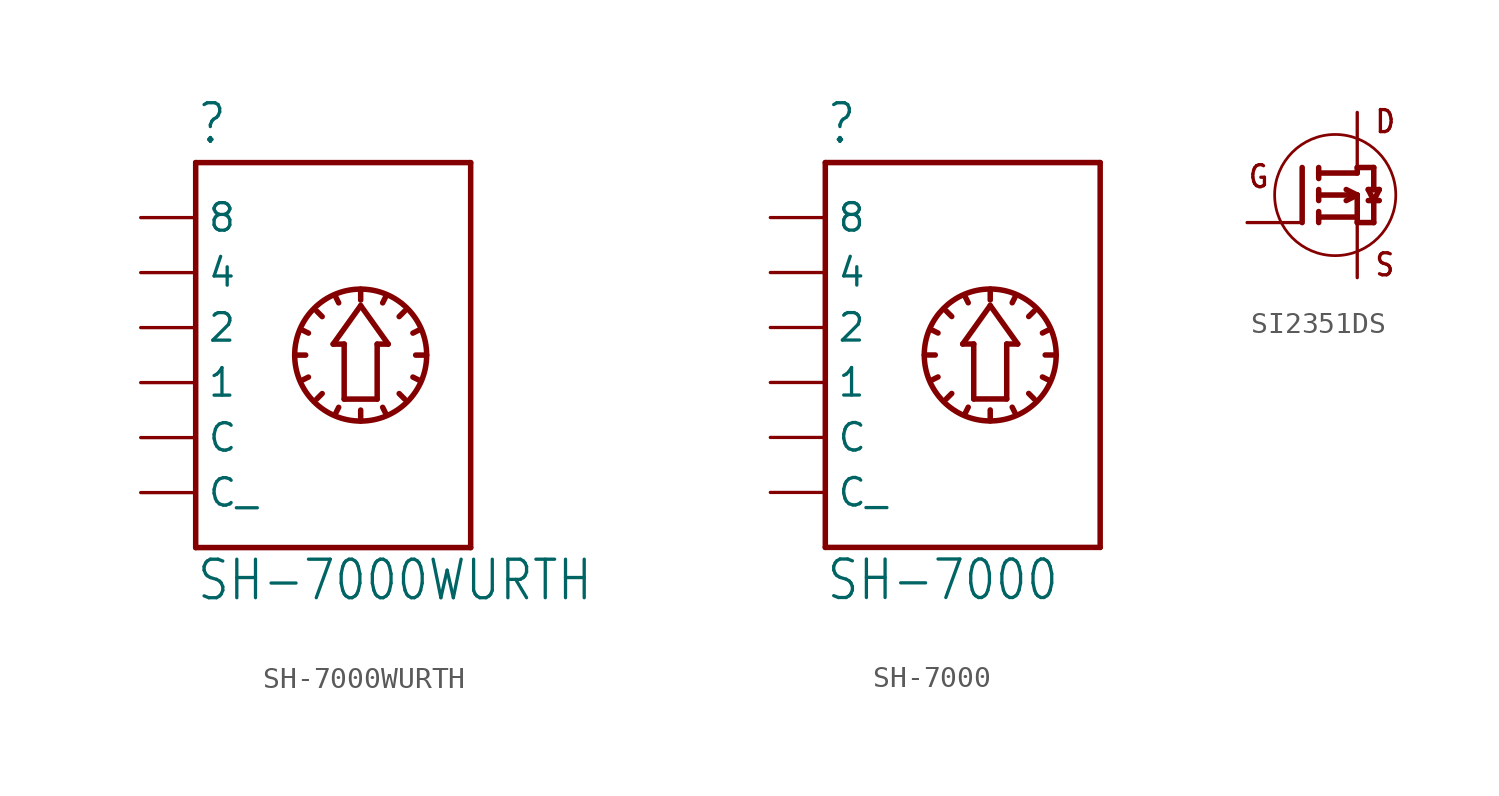
<source format=kicad_sym>
(kicad_symbol_lib
  (version 20211014)
  (generator kicad_symbol_editor)
  (symbol "SH-7000WURTH"
    (property "Reference" ""
      (at -2.54 10.922 0)
      (effects (font (size 1.778 1.511)) (justify left bottom)))
    (property "Value" "SH-7000WURTH"
      (at -2.54 -10.16 0)
      (effects (font (size 1.778 1.511)) (justify left bottom)))
    (property "ki_locked" ""
      (at 0 0 0)
      (effects (font (size 1.27 1.27))))
    (symbol "SH-7000WURTH_1_0"
      (polyline (pts (xy -2.54 -7.62) (xy -2.54 10.16)) (stroke (width 0.254) (type default) (color 0 0 0 0)) (fill (type none)))
      (polyline (pts (xy -2.54 10.16) (xy 10.16 10.16)) (stroke (width 0.254) (type default) (color 0 0 0 0)) (fill (type none)))
      (polyline (pts (xy 2.032 1.27) (xy 2.54 1.27)) (stroke (width 0.254) (type default) (color 0 0 0 0)) (fill (type none)))
      (polyline (pts (xy 2.413 0.127) (xy 2.667 0.254)) (stroke (width 0.254) (type default) (color 0 0 0 0)) (fill (type none)))
      (polyline (pts (xy 2.413 2.413) (xy 2.667 2.286)) (stroke (width 0.254) (type default) (color 0 0 0 0)) (fill (type none)))
      (polyline (pts (xy 3.048 -0.762) (xy 3.302 -0.508)) (stroke (width 0.254) (type default) (color 0 0 0 0)) (fill (type none)))
      (polyline (pts (xy 3.048 3.302) (xy 3.302 3.048)) (stroke (width 0.254) (type default) (color 0 0 0 0)) (fill (type none)))
      (polyline (pts (xy 3.81 1.778) (xy 5.08 3.556)) (stroke (width 0.254) (type default) (color 0 0 0 0)) (fill (type none)))
      (polyline (pts (xy 3.937 -1.397) (xy 4.064 -1.143)) (stroke (width 0.254) (type default) (color 0 0 0 0)) (fill (type none)))
      (polyline (pts (xy 3.937 3.937) (xy 4.064 3.683)) (stroke (width 0.254) (type default) (color 0 0 0 0)) (fill (type none)))
      (polyline (pts (xy 4.318 -0.762) (xy 4.318 1.778)) (stroke (width 0.254) (type default) (color 0 0 0 0)) (fill (type none)))
      (polyline (pts (xy 4.318 1.778) (xy 3.81 1.778)) (stroke (width 0.254) (type default) (color 0 0 0 0)) (fill (type none)))
      (polyline (pts (xy 5.08 -1.778) (xy 5.08 -1.27)) (stroke (width 0.254) (type default) (color 0 0 0 0)) (fill (type none)))
      (polyline (pts (xy 5.08 3.556) (xy 6.35 1.778)) (stroke (width 0.254) (type default) (color 0 0 0 0)) (fill (type none)))
      (polyline (pts (xy 5.08 4.318) (xy 5.08 3.81)) (stroke (width 0.254) (type default) (color 0 0 0 0)) (fill (type none)))
      (polyline (pts (xy 5.842 -0.762) (xy 4.318 -0.762)) (stroke (width 0.254) (type default) (color 0 0 0 0)) (fill (type none)))
      (polyline (pts (xy 5.842 1.778) (xy 5.842 -0.762)) (stroke (width 0.254) (type default) (color 0 0 0 0)) (fill (type none)))
      (polyline (pts (xy 6.223 -1.397) (xy 6.096 -1.143)) (stroke (width 0.254) (type default) (color 0 0 0 0)) (fill (type none)))
      (polyline (pts (xy 6.223 3.937) (xy 6.096 3.683)) (stroke (width 0.254) (type default) (color 0 0 0 0)) (fill (type none)))
      (polyline (pts (xy 6.35 1.778) (xy 5.842 1.778)) (stroke (width 0.254) (type default) (color 0 0 0 0)) (fill (type none)))
      (polyline (pts (xy 7.112 -0.762) (xy 6.858 -0.508)) (stroke (width 0.254) (type default) (color 0 0 0 0)) (fill (type none)))
      (polyline (pts (xy 7.112 3.302) (xy 6.858 3.048)) (stroke (width 0.254) (type default) (color 0 0 0 0)) (fill (type none)))
      (polyline (pts (xy 7.747 0.127) (xy 7.493 0.254)) (stroke (width 0.254) (type default) (color 0 0 0 0)) (fill (type none)))
      (polyline (pts (xy 7.747 2.413) (xy 7.493 2.286)) (stroke (width 0.254) (type default) (color 0 0 0 0)) (fill (type none)))
      (polyline (pts (xy 8.128 1.27) (xy 7.62 1.27)) (stroke (width 0.254) (type default) (color 0 0 0 0)) (fill (type none)))
      (polyline (pts (xy 10.16 -7.62) (xy -2.54 -7.62)) (stroke (width 0.254) (type default) (color 0 0 0 0)) (fill (type none)))
      (polyline (pts (xy 10.16 10.16) (xy 10.16 -7.62)) (stroke (width 0.254) (type default) (color 0 0 0 0)) (fill (type none)))
      (circle (center 5.08 1.27) (radius 3.048) (stroke (width 0.254) (type default) (color 0 0 0 0)) (fill (type none)))
      (pin bidirectional line (at -5.08 0 0) (length 2.54) (name "1" (effects (font (size 1.27 1.27)))) (number "1" (effects (font (size 0 0)))))
      (pin bidirectional line (at -5.08 2.54 0) (length 2.54) (name "2" (effects (font (size 1.27 1.27)))) (number "2" (effects (font (size 0 0)))))
      (pin bidirectional line (at -5.08 5.08 0) (length 2.54) (name "4" (effects (font (size 1.27 1.27)))) (number "4" (effects (font (size 0 0)))))
      (pin bidirectional line (at -5.08 7.62 0) (length 2.54) (name "8" (effects (font (size 1.27 1.27)))) (number "8" (effects (font (size 0 0)))))
      (pin bidirectional line (at -5.08 -2.54 0) (length 2.54) (name "C" (effects (font (size 1.27 1.27)))) (number "C" (effects (font (size 0 0)))))
      (pin bidirectional line (at -5.08 -5.08 0) (length 2.54) (name "C_" (effects (font (size 1.27 1.27)))) (number "C2" (effects (font (size 0 0)))))))
  (symbol "SH-7000"
    (property "Reference" ""
      (at -2.54 10.922 0)
      (effects (font (size 1.778 1.511)) (justify left bottom)))
    (property "Value" "SH-7000"
      (at -2.54 -10.16 0)
      (effects (font (size 1.778 1.511)) (justify left bottom)))
    (property "ki_locked" ""
      (at 0 0 0)
      (effects (font (size 1.27 1.27))))
    (symbol "SH-7000_1_0"
      (polyline (pts (xy -2.54 -7.62) (xy -2.54 10.16)) (stroke (width 0.254) (type default) (color 0 0 0 0)) (fill (type none)))
      (polyline (pts (xy -2.54 10.16) (xy 10.16 10.16)) (stroke (width 0.254) (type default) (color 0 0 0 0)) (fill (type none)))
      (polyline (pts (xy 2.032 1.27) (xy 2.54 1.27)) (stroke (width 0.254) (type default) (color 0 0 0 0)) (fill (type none)))
      (polyline (pts (xy 2.413 0.127) (xy 2.667 0.254)) (stroke (width 0.254) (type default) (color 0 0 0 0)) (fill (type none)))
      (polyline (pts (xy 2.413 2.413) (xy 2.667 2.286)) (stroke (width 0.254) (type default) (color 0 0 0 0)) (fill (type none)))
      (polyline (pts (xy 3.048 -0.762) (xy 3.302 -0.508)) (stroke (width 0.254) (type default) (color 0 0 0 0)) (fill (type none)))
      (polyline (pts (xy 3.048 3.302) (xy 3.302 3.048)) (stroke (width 0.254) (type default) (color 0 0 0 0)) (fill (type none)))
      (polyline (pts (xy 3.81 1.778) (xy 5.08 3.556)) (stroke (width 0.254) (type default) (color 0 0 0 0)) (fill (type none)))
      (polyline (pts (xy 3.937 -1.397) (xy 4.064 -1.143)) (stroke (width 0.254) (type default) (color 0 0 0 0)) (fill (type none)))
      (polyline (pts (xy 3.937 3.937) (xy 4.064 3.683)) (stroke (width 0.254) (type default) (color 0 0 0 0)) (fill (type none)))
      (polyline (pts (xy 4.318 -0.762) (xy 4.318 1.778)) (stroke (width 0.254) (type default) (color 0 0 0 0)) (fill (type none)))
      (polyline (pts (xy 4.318 1.778) (xy 3.81 1.778)) (stroke (width 0.254) (type default) (color 0 0 0 0)) (fill (type none)))
      (polyline (pts (xy 5.08 -1.778) (xy 5.08 -1.27)) (stroke (width 0.254) (type default) (color 0 0 0 0)) (fill (type none)))
      (polyline (pts (xy 5.08 3.556) (xy 6.35 1.778)) (stroke (width 0.254) (type default) (color 0 0 0 0)) (fill (type none)))
      (polyline (pts (xy 5.08 4.318) (xy 5.08 3.81)) (stroke (width 0.254) (type default) (color 0 0 0 0)) (fill (type none)))
      (polyline (pts (xy 5.842 -0.762) (xy 4.318 -0.762)) (stroke (width 0.254) (type default) (color 0 0 0 0)) (fill (type none)))
      (polyline (pts (xy 5.842 1.778) (xy 5.842 -0.762)) (stroke (width 0.254) (type default) (color 0 0 0 0)) (fill (type none)))
      (polyline (pts (xy 6.223 -1.397) (xy 6.096 -1.143)) (stroke (width 0.254) (type default) (color 0 0 0 0)) (fill (type none)))
      (polyline (pts (xy 6.223 3.937) (xy 6.096 3.683)) (stroke (width 0.254) (type default) (color 0 0 0 0)) (fill (type none)))
      (polyline (pts (xy 6.35 1.778) (xy 5.842 1.778)) (stroke (width 0.254) (type default) (color 0 0 0 0)) (fill (type none)))
      (polyline (pts (xy 7.112 -0.762) (xy 6.858 -0.508)) (stroke (width 0.254) (type default) (color 0 0 0 0)) (fill (type none)))
      (polyline (pts (xy 7.112 3.302) (xy 6.858 3.048)) (stroke (width 0.254) (type default) (color 0 0 0 0)) (fill (type none)))
      (polyline (pts (xy 7.747 0.127) (xy 7.493 0.254)) (stroke (width 0.254) (type default) (color 0 0 0 0)) (fill (type none)))
      (polyline (pts (xy 7.747 2.413) (xy 7.493 2.286)) (stroke (width 0.254) (type default) (color 0 0 0 0)) (fill (type none)))
      (polyline (pts (xy 8.128 1.27) (xy 7.62 1.27)) (stroke (width 0.254) (type default) (color 0 0 0 0)) (fill (type none)))
      (polyline (pts (xy 10.16 -7.62) (xy -2.54 -7.62)) (stroke (width 0.254) (type default) (color 0 0 0 0)) (fill (type none)))
      (polyline (pts (xy 10.16 10.16) (xy 10.16 -7.62)) (stroke (width 0.254) (type default) (color 0 0 0 0)) (fill (type none)))
      (circle (center 5.08 1.27) (radius 3.048) (stroke (width 0.254) (type default) (color 0 0 0 0)) (fill (type none)))
      (pin bidirectional line (at -5.08 0 0) (length 2.54) (name "1" (effects (font (size 1.27 1.27)))) (number "1" (effects (font (size 0 0)))))
      (pin bidirectional line (at -5.08 -2.54 0) (length 2.54) (name "C" (effects (font (size 1.27 1.27)))) (number "2" (effects (font (size 0 0)))))
      (pin bidirectional line (at -5.08 5.08 0) (length 2.54) (name "4" (effects (font (size 1.27 1.27)))) (number "3" (effects (font (size 0 0)))))
      (pin bidirectional line (at -5.08 2.54 0) (length 2.54) (name "2" (effects (font (size 1.27 1.27)))) (number "4" (effects (font (size 0 0)))))
      (pin bidirectional line (at -5.08 -5.08 0) (length 2.54) (name "C_" (effects (font (size 1.27 1.27)))) (number "5" (effects (font (size 0 0)))))
      (pin bidirectional line (at -5.08 7.62 0) (length 2.54) (name "8" (effects (font (size 1.27 1.27)))) (number "6" (effects (font (size 0 0)))))))
  (symbol "SI2351DS"
    (property "Reference" ""
      (at 0 0 0)
      (effects (font (size 1.27 1.27)) hide))
    (property "ki_locked" ""
      (at 0 0 0)
      (effects (font (size 1.27 1.27))))
    (symbol "SI2351DS_1_0"
      (circle (center -1.016 1.27) (radius 2.794) (stroke (width 0.127) (type default) (color 0 0 0 0)) (fill (type none)))
      (polyline (pts (xy -2.54 0) (xy -2.54 2.54)) (stroke (width 0.254) (type default) (color 0 0 0 0)) (fill (type none)))
      (polyline (pts (xy -1.778 0.254) (xy -1.778 0)) (stroke (width 0.254) (type default) (color 0 0 0 0)) (fill (type none)))
      (polyline (pts (xy -1.778 0.254) (xy 0 0.254)) (stroke (width 0.254) (type default) (color 0 0 0 0)) (fill (type none)))
      (polyline (pts (xy -1.778 0.508) (xy -1.778 0.254)) (stroke (width 0.254) (type default) (color 0 0 0 0)) (fill (type none)))
      (polyline (pts (xy -1.778 1.27) (xy -1.778 1.016)) (stroke (width 0.254) (type default) (color 0 0 0 0)) (fill (type none)))
      (polyline (pts (xy -1.778 1.27) (xy 0 1.27)) (stroke (width 0.254) (type default) (color 0 0 0 0)) (fill (type none)))
      (polyline (pts (xy -1.778 1.524) (xy -1.778 1.27)) (stroke (width 0.254) (type default) (color 0 0 0 0)) (fill (type none)))
      (polyline (pts (xy -1.778 2.286) (xy -1.778 2.032)) (stroke (width 0.254) (type default) (color 0 0 0 0)) (fill (type none)))
      (polyline (pts (xy -1.778 2.286) (xy 0 2.286)) (stroke (width 0.254) (type default) (color 0 0 0 0)) (fill (type none)))
      (polyline (pts (xy -1.778 2.54) (xy -1.778 2.286)) (stroke (width 0.254) (type default) (color 0 0 0 0)) (fill (type none)))
      (polyline (pts (xy -0.508 1.016) (xy 0 1.27)) (stroke (width 0.254) (type default) (color 0 0 0 0)) (fill (type none)))
      (polyline (pts (xy 0 1.27) (xy -0.508 1.524)) (stroke (width 0.254) (type default) (color 0 0 0 0)) (fill (type none)))
      (polyline (pts (xy 0 1.27) (xy 0 0)) (stroke (width 0.254) (type default) (color 0 0 0 0)) (fill (type none)))
      (polyline (pts (xy 0 2.286) (xy 0 2.54)) (stroke (width 0.254) (type default) (color 0 0 0 0)) (fill (type none)))
      (polyline (pts (xy 0 2.54) (xy 0.762 2.54)) (stroke (width 0.254) (type default) (color 0 0 0 0)) (fill (type none)))
      (polyline (pts (xy 0.508 1.016) (xy 0.762 1.016)) (stroke (width 0.254) (type default) (color 0 0 0 0)) (fill (type none)))
      (polyline (pts (xy 0.508 1.524) (xy 0.762 1.016)) (stroke (width 0.254) (type default) (color 0 0 0 0)) (fill (type none)))
      (polyline (pts (xy 0.762 0) (xy 0 0)) (stroke (width 0.254) (type default) (color 0 0 0 0)) (fill (type none)))
      (polyline (pts (xy 0.762 1.016) (xy 0.762 0)) (stroke (width 0.254) (type default) (color 0 0 0 0)) (fill (type none)))
      (polyline (pts (xy 0.762 1.016) (xy 1.016 1.016)) (stroke (width 0.254) (type default) (color 0 0 0 0)) (fill (type none)))
      (polyline (pts (xy 0.762 1.016) (xy 1.016 1.524)) (stroke (width 0.254) (type default) (color 0 0 0 0)) (fill (type none)))
      (polyline (pts (xy 0.762 1.524) (xy 0.508 1.524)) (stroke (width 0.254) (type default) (color 0 0 0 0)) (fill (type none)))
      (polyline (pts (xy 0.762 2.54) (xy 0.762 1.524)) (stroke (width 0.254) (type default) (color 0 0 0 0)) (fill (type none)))
      (polyline (pts (xy 1.016 1.524) (xy 0.762 1.524)) (stroke (width 0.254) (type default) (color 0 0 0 0)) (fill (type none)))
      (text "D" (at 0.762 4.064 0) (effects (font (size 1.016 0.864)) (justify left bottom)))
      (text "G" (at -5.08 1.524 0) (effects (font (size 1.016 0.864)) (justify left bottom)))
      (text "S" (at 0.762 -2.54 0) (effects (font (size 1.016 0.864)) (justify left bottom)))
      (pin bidirectional line (at -5.08 0 0) (length 2.54) (name "G" (effects (font (size 0 0)))) (number "P$1" (effects (font (size 0 0)))))
      (pin bidirectional line (at 0 -2.54 90) (length 2.54) (name "S" (effects (font (size 0 0)))) (number "P$2" (effects (font (size 0 0)))))
      (pin bidirectional line (at 0 5.08 270) (length 2.54) (name "D" (effects (font (size 0 0)))) (number "P$3" (effects (font (size 0 0))))))))
</source>
